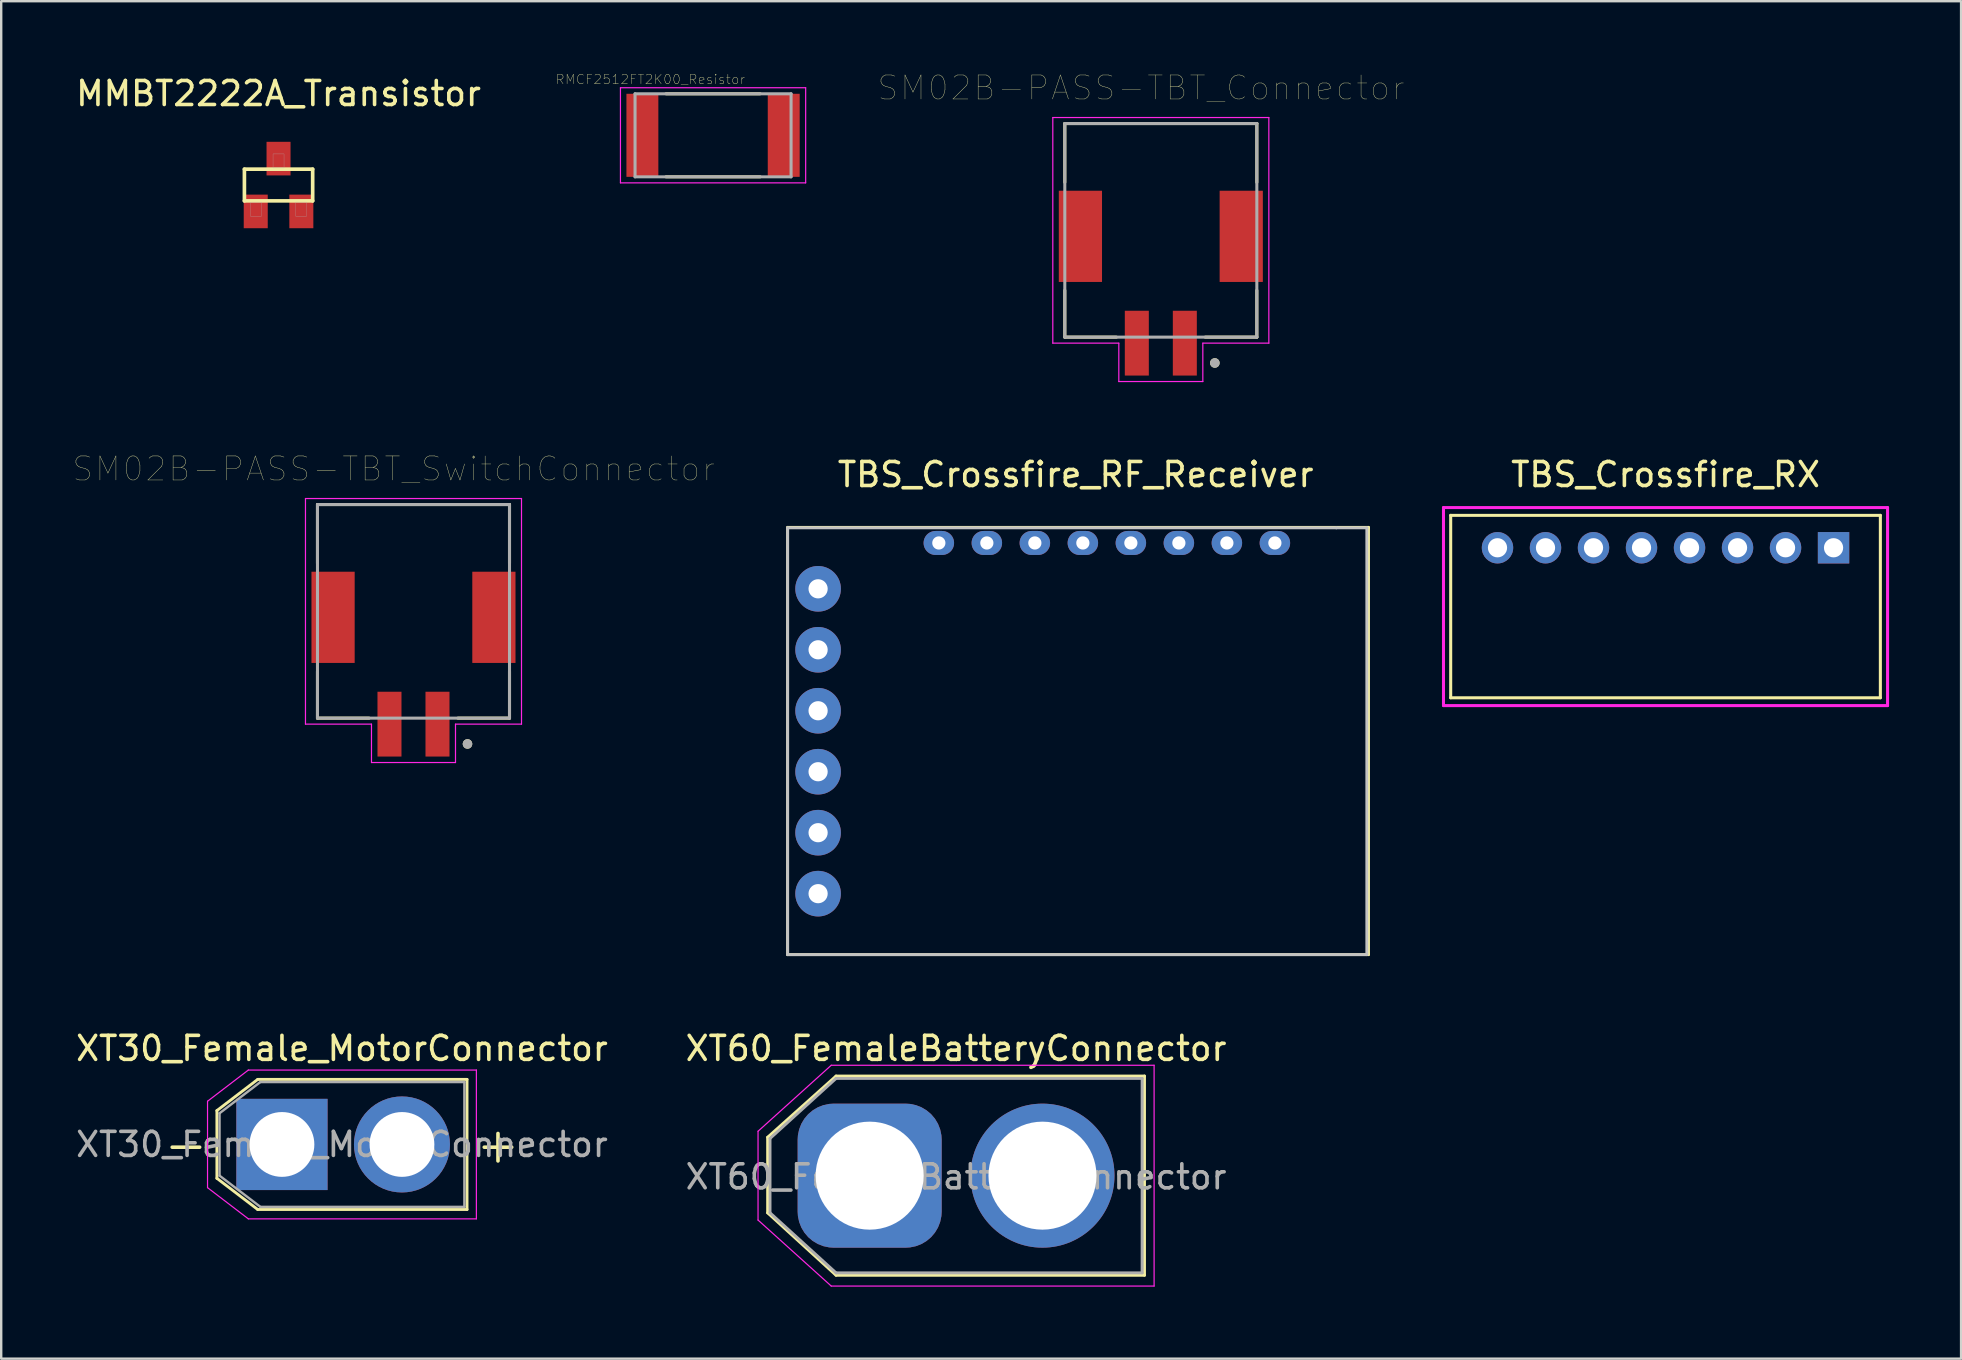
<source format=kicad_pcb>
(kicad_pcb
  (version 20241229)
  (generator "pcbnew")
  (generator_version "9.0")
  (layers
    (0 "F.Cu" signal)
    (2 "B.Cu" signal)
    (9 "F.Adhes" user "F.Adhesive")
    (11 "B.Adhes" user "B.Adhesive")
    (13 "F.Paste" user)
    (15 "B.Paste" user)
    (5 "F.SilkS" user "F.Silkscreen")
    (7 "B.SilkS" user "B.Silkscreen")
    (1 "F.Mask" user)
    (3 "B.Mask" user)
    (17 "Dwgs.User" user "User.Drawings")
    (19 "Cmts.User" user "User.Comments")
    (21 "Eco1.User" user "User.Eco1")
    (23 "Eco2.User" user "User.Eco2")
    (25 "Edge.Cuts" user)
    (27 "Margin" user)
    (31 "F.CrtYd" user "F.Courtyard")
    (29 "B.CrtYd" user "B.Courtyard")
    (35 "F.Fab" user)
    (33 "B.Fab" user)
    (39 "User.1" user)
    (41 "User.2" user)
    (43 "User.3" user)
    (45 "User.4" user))
  (footprint "RMCF2512FT2K00_Resistor"
    (layer "F.Cu")
    (at 26.656 2.587)
    (property "Reference" "RMCF2512FT2K00_Resistor" (at -2.61 -2.33 0) (layer "F.SilkS") (effects (font (size 0.394 0.394) (thickness 0.015))))
    (attr through_hole)
    (fp_line (start -1.96 -1.73) (end 1.96 -1.73) (stroke (width 0.127) (type solid)) (layer "F.SilkS"))
    (fp_line (start -1.96 1.73) (end 1.96 1.73) (stroke (width 0.127) (type solid)) (layer "F.SilkS"))
    (fp_line (start -3.858 -1.981) (end 3.858 -1.981) (stroke (width 0.05) (type solid)) (layer "F.CrtYd"))
    (fp_line (start -3.858 1.981) (end -3.858 -1.981) (stroke (width 0.05) (type solid)) (layer "F.CrtYd"))
    (fp_line (start -3.858 1.981) (end 3.858 1.981) (stroke (width 0.05) (type solid)) (layer "F.CrtYd"))
    (fp_line (start 3.858 1.981) (end 3.858 -1.981) (stroke (width 0.05) (type solid)) (layer "F.CrtYd"))
    (fp_line (start -3.25 1.73) (end -3.25 -1.73) (stroke (width 0.127) (type solid)) (layer "F.Fab"))
    (fp_line (start 3.25 -1.73) (end -3.25 -1.73) (stroke (width 0.127) (type solid)) (layer "F.Fab"))
    (fp_line (start 3.25 1.73) (end -3.25 1.73) (stroke (width 0.127) (type solid)) (layer "F.Fab"))
    (fp_line (start 3.25 1.73) (end 3.25 -1.73) (stroke (width 0.127) (type solid)) (layer "F.Fab"))
    (pad "1" smd rect (at -2.944 0) (size 1.33 3.46) (layers "F.Cu" "F.Mask" "F.Paste"))
    (pad "2" smd rect (at 2.944 0) (size 1.33 3.46) (layers "F.Cu" "F.Mask" "F.Paste")))
  (footprint "TBS_Crossfire_RF_Receiver"
    (layer "F.Cu")
    (at 41.862 27.52)
    (property "Reference" "TBS_Crossfire_RF_Receiver" (at -0.1 -10.8 0) (layer "F.SilkS") (effects (font (size 1 1) (thickness 0.15))))
    (attr through_hole)
    (fp_line (start -12.1 -8.6) (end 12.1 -8.6) (stroke (width 0.12) (type solid)) (layer "F.SilkS"))
    (fp_line (start -12.1 9.2) (end -12.1 -8.6) (stroke (width 0.12) (type solid)) (layer "F.SilkS"))
    (fp_line (start 12.1 -8.6) (end 12.1 9.2) (stroke (width 0.12) (type solid)) (layer "F.SilkS"))
    (fp_line (start 12.1 9.2) (end -12.1 9.2) (stroke (width 0.12) (type solid)) (layer "F.SilkS"))
    (fp_line (start -12.1 -8.58) (end 10.76 -8.58) (stroke (width 0.12) (type solid)) (layer "Dwgs.User"))
    (fp_line (start -12.1 9.2) (end -12.1 -8.58) (stroke (width 0.12) (type solid)) (layer "Dwgs.User"))
    (fp_line (start 10.76 -8.58) (end 12.03 -8.58) (stroke (width 0.12) (type solid)) (layer "Dwgs.User"))
    (fp_line (start 12.03 -8.58) (end 12.03 9.2) (stroke (width 0.12) (type solid)) (layer "Dwgs.User"))
    (fp_line (start 12.03 9.2) (end -12.1 9.2) (stroke (width 0.12) (type solid)) (layer "Dwgs.User"))
    (pad "1" thru_hole circle (at -10.83 6.66) (size 1.9 1.9) (drill 0.8) (layers "*.Cu" "*.Mask"))
    (pad "2" thru_hole circle (at -10.83 4.12) (size 1.9 1.9) (drill 0.8) (layers "*.Cu" "*.Mask"))
    (pad "3" thru_hole circle (at -10.83 1.58) (size 1.9 1.9) (drill 0.8) (layers "*.Cu" "*.Mask"))
    (pad "4" thru_hole circle (at -10.83 -0.96) (size 1.9 1.9) (drill 0.8) (layers "*.Cu" "*.Mask"))
    (pad "5" thru_hole circle (at -10.83 -3.5) (size 1.9 1.9) (drill 0.8) (layers "*.Cu" "*.Mask"))
    (pad "6" thru_hole circle (at -10.83 -6.04) (size 1.9 1.9) (drill 0.8) (layers "*.Cu" "*.Mask"))
    (pad "7" thru_hole oval (at -5.8 -7.95) (size 1.27 1) (drill 0.55) (layers "*.Cu" "*.Mask"))
    (pad "8" thru_hole oval (at -3.8 -7.95) (size 1.27 1) (drill 0.55) (layers "*.Cu" "*.Mask"))
    (pad "9" thru_hole oval (at -1.8 -7.95) (size 1.27 1) (drill 0.55) (layers "*.Cu" "*.Mask"))
    (pad "10" thru_hole oval (at 0.2 -7.95) (size 1.27 1) (drill 0.55) (layers "*.Cu" "*.Mask"))
    (pad "11" thru_hole oval (at 2.2 -7.95) (size 1.27 1) (drill 0.55) (layers "*.Cu" "*.Mask"))
    (pad "12" thru_hole oval (at 4.2 -7.95) (size 1.27 1) (drill 0.55) (layers "*.Cu" "*.Mask"))
    (pad "13" thru_hole oval (at 6.2 -7.95) (size 1.27 1) (drill 0.55) (layers "*.Cu" "*.Mask"))
    (pad "14" thru_hole oval (at 8.2 -7.95) (size 1.27 1) (drill 0.55) (layers "*.Cu" "*.Mask")))
  (footprint "TBS_Crossfire_RX"
    (layer "F.Cu")
    (at 66.336 22.22)
    (property "Reference" "TBS_Crossfire_RX" (at 0 -5.5 0) (layer "F.SilkS") (effects (font (size 1 1) (thickness 0.15))))
    (attr through_hole)
    (fp_line (start -8.95 -3.8) (end -8.95 3.8) (stroke (width 0.127) (type solid)) (layer "F.SilkS"))
    (fp_line (start 8.95 -3.8) (end -8.95 -3.8) (stroke (width 0.127) (type solid)) (layer "F.SilkS"))
    (fp_line (start 8.95 -3.8) (end 8.95 3.8) (stroke (width 0.127) (type solid)) (layer "F.SilkS"))
    (fp_line (start 8.95 3.8) (end -8.95 3.8) (stroke (width 0.127) (type solid)) (layer "F.SilkS"))
    (fp_line (start -9.25 -4.125) (end -9.25 4.125) (stroke (width 0.127) (type solid)) (layer "F.CrtYd"))
    (fp_line (start -9.25 -4.125) (end 9.25 -4.125) (stroke (width 0.127) (type solid)) (layer "F.CrtYd"))
    (fp_line (start -9.25 4.125) (end 9.25 4.125) (stroke (width 0.127) (type solid)) (layer "F.CrtYd"))
    (fp_line (start 9.25 4.125) (end 9.25 -4.125) (stroke (width 0.127) (type solid)) (layer "F.CrtYd"))
    (pad "1" thru_hole rect (at 7 -2.45) (size 1.308 1.308) (drill 0.8) (layers "*.Cu" "*.Mask"))
    (pad "2" thru_hole circle (at 5 -2.45) (size 1.308 1.308) (drill 0.8) (layers "*.Cu" "*.Mask"))
    (pad "3" thru_hole circle (at 3 -2.45) (size 1.308 1.308) (drill 0.8) (layers "*.Cu" "*.Mask"))
    (pad "4" thru_hole circle (at 1 -2.45) (size 1.308 1.308) (drill 0.8) (layers "*.Cu" "*.Mask"))
    (pad "5" thru_hole circle (at -1 -2.45) (size 1.308 1.308) (drill 0.8) (layers "*.Cu" "*.Mask"))
    (pad "6" thru_hole circle (at -3 -2.45) (size 1.308 1.308) (drill 0.8) (layers "*.Cu" "*.Mask"))
    (pad "7" thru_hole circle (at -5 -2.45) (size 1.308 1.308) (drill 0.8) (layers "*.Cu" "*.Mask"))
    (pad "8" thru_hole circle (at -7 -2.45) (size 1.308 1.308) (drill 0.8) (layers "*.Cu" "*.Mask")))
  (footprint "SM02B-PASS-TBT_Connector"
    (layer "F.Cu")
    (at 45.31 7.346)
    (property "Reference" "SM02B-PASS-TBT_Connector" (at -0.825 -6.735 0) (layer "F.SilkS") (effects (font (size 1 1) (thickness 0.015))))
    (attr through_hole)
    (fp_line (start -4 -5.25) (end 4 -5.25) (stroke (width 0.127) (type solid)) (layer "F.SilkS"))
    (fp_line (start -4 -2.8) (end -4 -5.25) (stroke (width 0.127) (type solid)) (layer "F.SilkS"))
    (fp_line (start -4 1.7) (end -4 3.65) (stroke (width 0.127) (type solid)) (layer "F.SilkS"))
    (fp_line (start -4 3.65) (end -1.85 3.65) (stroke (width 0.127) (type solid)) (layer "F.SilkS"))
    (fp_line (start 4 -5.25) (end 4 -2.8) (stroke (width 0.127) (type solid)) (layer "F.SilkS"))
    (fp_line (start 4 1.7) (end 4 3.65) (stroke (width 0.127) (type solid)) (layer "F.SilkS"))
    (fp_line (start 4 3.65) (end 1.85 3.65) (stroke (width 0.127) (type solid)) (layer "F.SilkS"))
    (fp_circle (center 2.25 4.725) (end 2.35 4.725) (stroke (width 0.2) (type solid)) (fill no) (layer "F.SilkS"))
    (fp_line (start -4.5 -5.5) (end -4.5 3.9) (stroke (width 0.05) (type solid)) (layer "F.CrtYd"))
    (fp_line (start -4.5 3.9) (end -1.75 3.9) (stroke (width 0.05) (type solid)) (layer "F.CrtYd"))
    (fp_line (start -1.75 3.9) (end -1.75 5.5) (stroke (width 0.05) (type solid)) (layer "F.CrtYd"))
    (fp_line (start -1.75 5.5) (end 1.75 5.5) (stroke (width 0.05) (type solid)) (layer "F.CrtYd"))
    (fp_line (start 1.75 3.9) (end 4.5 3.9) (stroke (width 0.05) (type solid)) (layer "F.CrtYd"))
    (fp_line (start 1.75 5.5) (end 1.75 3.9) (stroke (width 0.05) (type solid)) (layer "F.CrtYd"))
    (fp_line (start 4.5 -5.5) (end -4.5 -5.5) (stroke (width 0.05) (type solid)) (layer "F.CrtYd"))
    (fp_line (start 4.5 3.9) (end 4.5 -5.5) (stroke (width 0.05) (type solid)) (layer "F.CrtYd"))
    (fp_line (start -4 -5.25) (end -4 3.65) (stroke (width 0.127) (type solid)) (layer "F.Fab"))
    (fp_line (start -4 -5.25) (end 4 -5.25) (stroke (width 0.127) (type solid)) (layer "F.Fab"))
    (fp_line (start -4 3.65) (end 4 3.65) (stroke (width 0.127) (type solid)) (layer "F.Fab"))
    (fp_line (start 4 3.65) (end 4 -5.25) (stroke (width 0.127) (type solid)) (layer "F.Fab"))
    (fp_circle (center 2.25 4.725) (end 2.35 4.725) (stroke (width 0.2) (type solid)) (fill no) (layer "F.Fab"))
    (pad "1" smd rect (at 1 3.9) (size 1 2.7) (layers "F.Cu" "F.Mask" "F.Paste"))
    (pad "2" smd rect (at -1 3.9) (size 1 2.7) (layers "F.Cu" "F.Mask" "F.Paste"))
    (pad "S1" smd rect (at 3.35 -0.55) (size 1.8 3.8) (layers "F.Cu" "F.Mask" "F.Paste"))
    (pad "S2" smd rect (at -3.35 -0.55) (size 1.8 3.8) (layers "F.Cu" "F.Mask" "F.Paste")))
  (footprint "MMBT2222A_Transistor"
    (layer "F.Cu")
    (at 8.554 4.658)
    (property "Reference" "MMBT2222A_Transistor" (at 0 -3.81 0) (layer "F.SilkS") (effects (font (size 1 1) (thickness 0.15))))
    (attr through_hole)
    (fp_line (start -1.422 -0.66) (end 1.422 -0.66) (stroke (width 0.152) (type solid)) (layer "F.SilkS"))
    (fp_line (start -1.422 0.66) (end -1.422 -0.66) (stroke (width 0.152) (type solid)) (layer "F.SilkS"))
    (fp_line (start 1.422 -0.66) (end 1.422 0.66) (stroke (width 0.152) (type solid)) (layer "F.SilkS"))
    (fp_line (start 1.422 0.66) (end -1.422 0.66) (stroke (width 0.152) (type solid)) (layer "F.SilkS"))
    (fp_poly (pts (xy -1.171 0.711) (xy -0.711 0.711) (xy -0.711 1.298) (xy -1.171 1.298)) (stroke (width 0.01) (type solid)) (fill no) (layer "F.Fab"))
    (fp_poly (pts (xy -0.229 -1.295) (xy 0.229 -1.295) (xy 0.229 -0.711) (xy -0.229 -0.711)) (stroke (width 0.01) (type solid)) (fill no) (layer "F.Fab"))
    (fp_poly (pts (xy 0.712 0.711) (xy 1.168 0.711) (xy 1.168 1.297) (xy 0.712 1.297)) (stroke (width 0.01) (type solid)) (fill no) (layer "F.Fab"))
    (pad "1" smd rect (at -0.95 1.1) (size 1 1.4) (layers "F.Cu" "F.Mask" "F.Paste"))
    (pad "2" smd rect (at 0.95 1.1) (size 1 1.4) (layers "F.Cu" "F.Mask" "F.Paste"))
    (pad "3" smd rect (at 0 -1.1) (size 1 1.4) (layers "F.Cu" "F.Mask" "F.Paste")))
  (footprint "SM02B-PASS-TBT_SwitchConnector"
    (layer "F.Cu")
    (at 14.176 23.218)
    (property "Reference" "SM02B-PASS-TBT_SwitchConnector" (at -0.825 -6.735 0) (layer "F.SilkS") (effects (font (size 1 1) (thickness 0.015))))
    (attr through_hole)
    (fp_line (start -4 -5.25) (end 4 -5.25) (stroke (width 0.127) (type solid)) (layer "F.SilkS"))
    (fp_line (start -4 -2.8) (end -4 -5.25) (stroke (width 0.127) (type solid)) (layer "F.SilkS"))
    (fp_line (start -4 1.7) (end -4 3.65) (stroke (width 0.127) (type solid)) (layer "F.SilkS"))
    (fp_line (start -4 3.65) (end -1.85 3.65) (stroke (width 0.127) (type solid)) (layer "F.SilkS"))
    (fp_line (start 4 -5.25) (end 4 -2.8) (stroke (width 0.127) (type solid)) (layer "F.SilkS"))
    (fp_line (start 4 1.7) (end 4 3.65) (stroke (width 0.127) (type solid)) (layer "F.SilkS"))
    (fp_line (start 4 3.65) (end 1.85 3.65) (stroke (width 0.127) (type solid)) (layer "F.SilkS"))
    (fp_circle (center 2.25 4.725) (end 2.35 4.725) (stroke (width 0.2) (type solid)) (fill no) (layer "F.SilkS"))
    (fp_line (start -4.5 -5.5) (end -4.5 3.9) (stroke (width 0.05) (type solid)) (layer "F.CrtYd"))
    (fp_line (start -4.5 3.9) (end -1.75 3.9) (stroke (width 0.05) (type solid)) (layer "F.CrtYd"))
    (fp_line (start -1.75 3.9) (end -1.75 5.5) (stroke (width 0.05) (type solid)) (layer "F.CrtYd"))
    (fp_line (start -1.75 5.5) (end 1.75 5.5) (stroke (width 0.05) (type solid)) (layer "F.CrtYd"))
    (fp_line (start 1.75 3.9) (end 4.5 3.9) (stroke (width 0.05) (type solid)) (layer "F.CrtYd"))
    (fp_line (start 1.75 5.5) (end 1.75 3.9) (stroke (width 0.05) (type solid)) (layer "F.CrtYd"))
    (fp_line (start 4.5 -5.5) (end -4.5 -5.5) (stroke (width 0.05) (type solid)) (layer "F.CrtYd"))
    (fp_line (start 4.5 3.9) (end 4.5 -5.5) (stroke (width 0.05) (type solid)) (layer "F.CrtYd"))
    (fp_line (start -4 -5.25) (end -4 3.65) (stroke (width 0.127) (type solid)) (layer "F.Fab"))
    (fp_line (start -4 -5.25) (end 4 -5.25) (stroke (width 0.127) (type solid)) (layer "F.Fab"))
    (fp_line (start -4 3.65) (end 4 3.65) (stroke (width 0.127) (type solid)) (layer "F.Fab"))
    (fp_line (start 4 3.65) (end 4 -5.25) (stroke (width 0.127) (type solid)) (layer "F.Fab"))
    (fp_circle (center 2.25 4.725) (end 2.35 4.725) (stroke (width 0.2) (type solid)) (fill no) (layer "F.Fab"))
    (pad "1" smd rect (at 1 3.9) (size 1 2.7) (layers "F.Cu" "F.Mask" "F.Paste"))
    (pad "2" smd rect (at -1 3.9) (size 1 2.7) (layers "F.Cu" "F.Mask" "F.Paste"))
    (pad "S1" smd rect (at 3.35 -0.55) (size 1.8 3.8) (layers "F.Cu" "F.Mask" "F.Paste"))
    (pad "S2" smd rect (at -3.35 -0.55) (size 1.8 3.8) (layers "F.Cu" "F.Mask" "F.Paste")))
  (footprint "XT60_FemaleBatteryConnector"
    (layer "F.Cu")
    (at 33.18 45.928)
    (property "Reference" "XT60_FemaleBatteryConnector" (at 3.6 -5.3 180) (layer "F.SilkS") (effects (font (size 1 1) (thickness 0.15))))
    (attr through_hole)
    (fp_line (start -4.25 -1.6) (end -4.25 1.55) (stroke (width 0.12) (type solid)) (layer "F.SilkS"))
    (fp_line (start -4.25 1.55) (end -1.4 4.15) (stroke (width 0.12) (type solid)) (layer "F.SilkS"))
    (fp_line (start -1.4 -4.15) (end -4.25 -1.6) (stroke (width 0.12) (type solid)) (layer "F.SilkS"))
    (fp_line (start -1.4 4.15) (end 11.45 4.15) (stroke (width 0.12) (type solid)) (layer "F.SilkS"))
    (fp_line (start 11.45 -4.15) (end -1.4 -4.15) (stroke (width 0.12) (type solid)) (layer "F.SilkS"))
    (fp_line (start 11.45 4.15) (end 11.45 -4.15) (stroke (width 0.12) (type solid)) (layer "F.SilkS"))
    (fp_line (start -4.65 -1.85) (end -1.6 -4.6) (stroke (width 0.05) (type solid)) (layer "F.CrtYd"))
    (fp_line (start -4.65 1.85) (end -4.65 -1.85) (stroke (width 0.05) (type solid)) (layer "F.CrtYd"))
    (fp_line (start -1.6 -4.6) (end 11.85 -4.6) (stroke (width 0.05) (type solid)) (layer "F.CrtYd"))
    (fp_line (start -1.6 4.6) (end -4.65 1.85) (stroke (width 0.05) (type solid)) (layer "F.CrtYd"))
    (fp_line (start 11.85 -4.6) (end 11.85 4.6) (stroke (width 0.05) (type solid)) (layer "F.CrtYd"))
    (fp_line (start 11.85 4.6) (end -1.6 4.6) (stroke (width 0.05) (type solid)) (layer "F.CrtYd"))
    (fp_line (start -4.15 -1.55) (end -4.15 1.55) (stroke (width 0.12) (type solid)) (layer "F.Fab"))
    (fp_line (start -4.15 1.55) (end -1.4 4.05) (stroke (width 0.12) (type solid)) (layer "F.Fab"))
    (fp_line (start -1.4 -4.05) (end -4.15 -1.55) (stroke (width 0.12) (type solid)) (layer "F.Fab"))
    (fp_line (start -1.4 4.05) (end 11.35 4.05) (stroke (width 0.12) (type solid)) (layer "F.Fab"))
    (fp_line (start 11.35 -4.05) (end -1.4 -4.05) (stroke (width 0.12) (type solid)) (layer "F.Fab"))
    (fp_line (start 11.35 4.05) (end 11.35 -4.05) (stroke (width 0.12) (type solid)) (layer "F.Fab"))
    (fp_text user "${REFERENCE}" (at 3.6 0.05 0) (layer "F.Fab") (effects (font (size 1 1) (thickness 0.15))))
    (pad "1" thru_hole roundrect (at 0 0) (size 6 6) (drill 4.5) (layers "*.Cu" "*.Mask") (roundrect_rratio 0.25))
    (pad "2" thru_hole circle (at 7.2 0) (size 6 6) (drill 4.5) (layers "*.Cu" "*.Mask")))
  (footprint "XT30_Female_MotorConnector"
    (layer "F.Cu")
    (at 8.696 44.628)
    (property "Reference" "XT30_Female_MotorConnector" (at 2.5 -4 0) (layer "F.SilkS") (effects (font (size 1 1) (thickness 0.15))))
    (attr through_hole)
    (fp_line (start -2.71 -1.41) (end -2.71 1.41) (stroke (width 0.12) (type solid)) (layer "F.SilkS"))
    (fp_line (start -2.71 -1.41) (end -1.01 -2.71) (stroke (width 0.12) (type solid)) (layer "F.SilkS"))
    (fp_line (start -2.71 1.41) (end -1.01 2.71) (stroke (width 0.12) (type solid)) (layer "F.SilkS"))
    (fp_line (start -1.01 -2.71) (end 7.71 -2.71) (stroke (width 0.12) (type solid)) (layer "F.SilkS"))
    (fp_line (start -1.01 2.71) (end 7.71 2.71) (stroke (width 0.12) (type solid)) (layer "F.SilkS"))
    (fp_line (start 7.71 -2.71) (end 7.71 2.71) (stroke (width 0.12) (type solid)) (layer "F.SilkS"))
    (fp_line (start -3.1 -1.8) (end -3.1 1.8) (stroke (width 0.05) (type solid)) (layer "F.CrtYd"))
    (fp_line (start -3.1 -1.8) (end -1.4 -3.1) (stroke (width 0.05) (type solid)) (layer "F.CrtYd"))
    (fp_line (start -3.1 1.8) (end -1.4 3.1) (stroke (width 0.05) (type solid)) (layer "F.CrtYd"))
    (fp_line (start -1.4 -3.1) (end 8.1 -3.1) (stroke (width 0.05) (type solid)) (layer "F.CrtYd"))
    (fp_line (start -1.4 3.1) (end 8.1 3.1) (stroke (width 0.05) (type solid)) (layer "F.CrtYd"))
    (fp_line (start 8.1 -3.1) (end 8.1 3.1) (stroke (width 0.05) (type solid)) (layer "F.CrtYd"))
    (fp_line (start -2.6 -1.3) (end -2.6 1.3) (stroke (width 0.1) (type solid)) (layer "F.Fab"))
    (fp_line (start -2.6 -1.3) (end -0.9 -2.6) (stroke (width 0.1) (type solid)) (layer "F.Fab"))
    (fp_line (start -2.6 1.3) (end -0.9 2.6) (stroke (width 0.1) (type solid)) (layer "F.Fab"))
    (fp_line (start -0.9 -2.6) (end 7.6 -2.6) (stroke (width 0.1) (type solid)) (layer "F.Fab"))
    (fp_line (start -0.9 2.6) (end 7.6 2.6) (stroke (width 0.1) (type solid)) (layer "F.Fab"))
    (fp_line (start 7.6 -2.6) (end 7.6 2.6) (stroke (width 0.1) (type solid)) (layer "F.Fab"))
    (fp_text user "+" (at 9 0 0) (layer "F.SilkS") (effects (font (size 1.5 1.5) (thickness 0.15))))
    (fp_text user "-" (at -4 0 0) (layer "F.SilkS") (effects (font (size 1.5 1.5) (thickness 0.15))))
    (fp_text user "${REFERENCE}" (at 2.5 0 0) (layer "F.Fab") (effects (font (size 1 1) (thickness 0.15))))
    (pad "1" thru_hole rect (at 0 0) (size 3.8 3.8) (drill 2.7) (layers "*.Cu" "*.Mask"))
    (pad "2" thru_hole circle (at 5 0) (size 4 4) (drill 2.7) (layers "*.Cu" "*.Mask")))
  (gr_rect
    (start -3 -3)
    (end 78.649 53.553)
    (stroke (width 0.1) (type default))
    (fill no)
    (layer "Edge.Cuts")))
</source>
